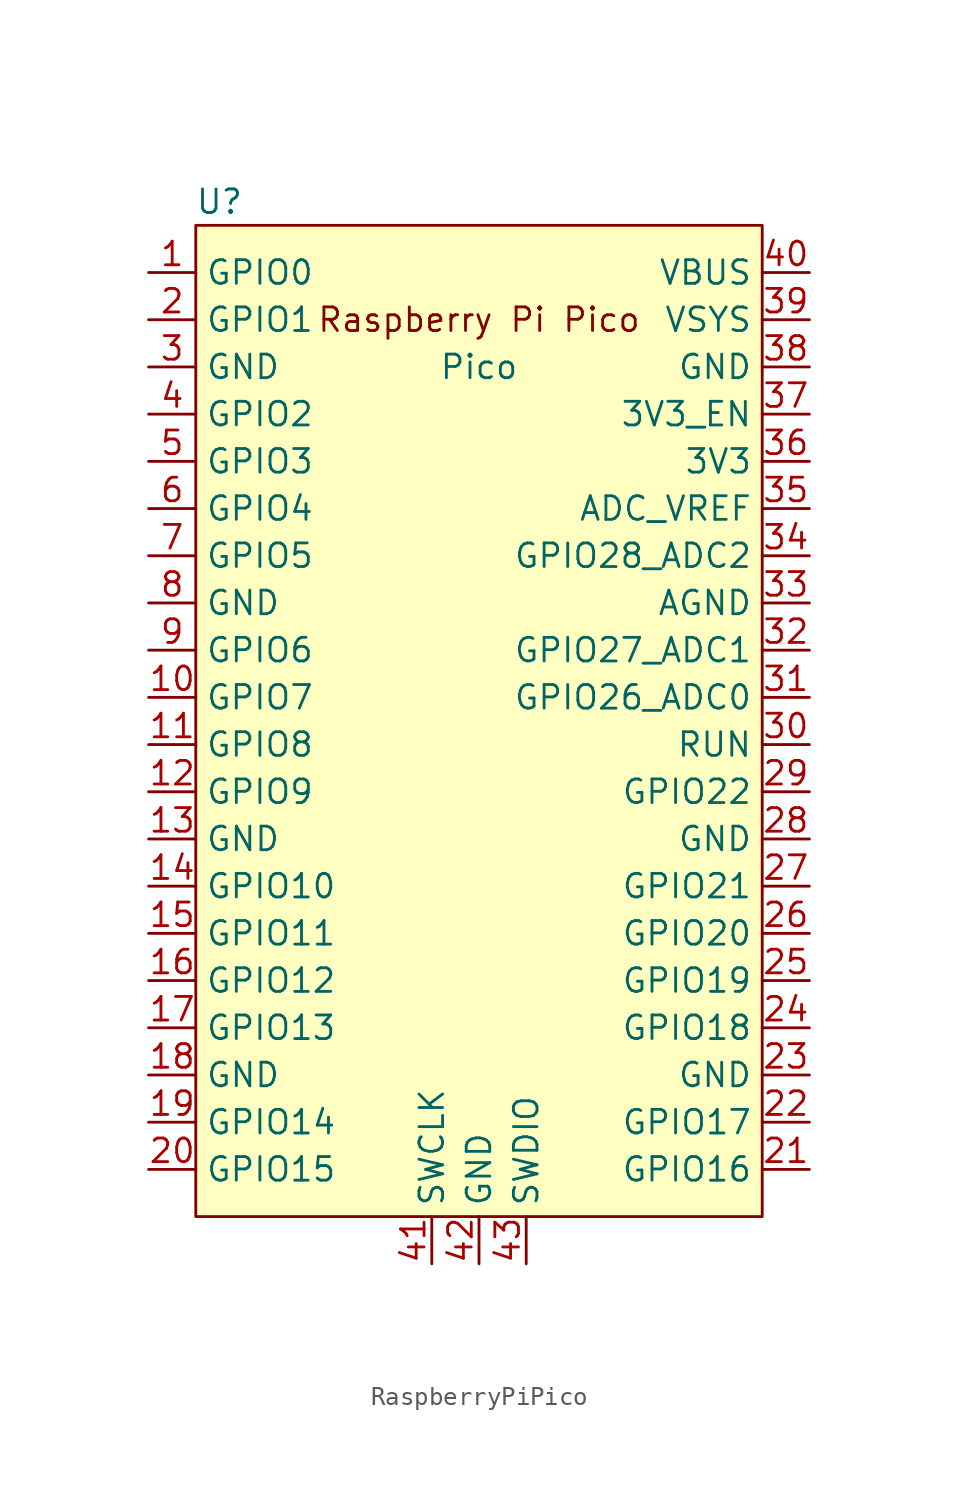
<source format=kicad_sym>
(kicad_symbol_lib
  (version 20220914)
  (generator kicad_symbol_editor)
  (symbol "RaspberryPiPico"
    (property "Reference" "U"
      (at -13.97 27.94 0)
      (effects (font (size 1.27 1.27))))
    (property "Value" "Pico"
      (at 0 19.05 0)
      (effects (font (size 1.27 1.27))))
    (symbol "RaspberryPiPico_0_0"
      (text "Raspberry Pi Pico" (at 0 21.59 0) (effects (font (size 1.27 1.27)))))
    (symbol "RaspberryPiPico_0_1"
      (rectangle (start -15.24 26.67) (end 15.24 -26.67) (stroke (width 0) (type default)) (fill (type background))))
    (symbol "RaspberryPiPico_1_1"
      (pin bidirectional line (at -17.78 24.13 0) (length 2.54) (name "GPIO0" (effects (font (size 1.27 1.27)))) (number "1" (effects (font (size 1.27 1.27)))))
      (pin bidirectional line (at -17.78 1.27 0) (length 2.54) (name "GPIO7" (effects (font (size 1.27 1.27)))) (number "10" (effects (font (size 1.27 1.27)))))
      (pin bidirectional line (at -17.78 -1.27 0) (length 2.54) (name "GPIO8" (effects (font (size 1.27 1.27)))) (number "11" (effects (font (size 1.27 1.27)))))
      (pin bidirectional line (at -17.78 -3.81 0) (length 2.54) (name "GPIO9" (effects (font (size 1.27 1.27)))) (number "12" (effects (font (size 1.27 1.27)))))
      (pin power_in line (at -17.78 -6.35 0) (length 2.54) (name "GND" (effects (font (size 1.27 1.27)))) (number "13" (effects (font (size 1.27 1.27)))))
      (pin bidirectional line (at -17.78 -8.89 0) (length 2.54) (name "GPIO10" (effects (font (size 1.27 1.27)))) (number "14" (effects (font (size 1.27 1.27)))))
      (pin bidirectional line (at -17.78 -11.43 0) (length 2.54) (name "GPIO11" (effects (font (size 1.27 1.27)))) (number "15" (effects (font (size 1.27 1.27)))))
      (pin bidirectional line (at -17.78 -13.97 0) (length 2.54) (name "GPIO12" (effects (font (size 1.27 1.27)))) (number "16" (effects (font (size 1.27 1.27)))))
      (pin bidirectional line (at -17.78 -16.51 0) (length 2.54) (name "GPIO13" (effects (font (size 1.27 1.27)))) (number "17" (effects (font (size 1.27 1.27)))))
      (pin power_in line (at -17.78 -19.05 0) (length 2.54) (name "GND" (effects (font (size 1.27 1.27)))) (number "18" (effects (font (size 1.27 1.27)))))
      (pin bidirectional line (at -17.78 -21.59 0) (length 2.54) (name "GPIO14" (effects (font (size 1.27 1.27)))) (number "19" (effects (font (size 1.27 1.27)))))
      (pin bidirectional line (at -17.78 21.59 0) (length 2.54) (name "GPIO1" (effects (font (size 1.27 1.27)))) (number "2" (effects (font (size 1.27 1.27)))))
      (pin bidirectional line (at -17.78 -24.13 0) (length 2.54) (name "GPIO15" (effects (font (size 1.27 1.27)))) (number "20" (effects (font (size 1.27 1.27)))))
      (pin bidirectional line (at 17.78 -24.13 180) (length 2.54) (name "GPIO16" (effects (font (size 1.27 1.27)))) (number "21" (effects (font (size 1.27 1.27)))))
      (pin bidirectional line (at 17.78 -21.59 180) (length 2.54) (name "GPIO17" (effects (font (size 1.27 1.27)))) (number "22" (effects (font (size 1.27 1.27)))))
      (pin power_in line (at 17.78 -19.05 180) (length 2.54) (name "GND" (effects (font (size 1.27 1.27)))) (number "23" (effects (font (size 1.27 1.27)))))
      (pin bidirectional line (at 17.78 -16.51 180) (length 2.54) (name "GPIO18" (effects (font (size 1.27 1.27)))) (number "24" (effects (font (size 1.27 1.27)))))
      (pin bidirectional line (at 17.78 -13.97 180) (length 2.54) (name "GPIO19" (effects (font (size 1.27 1.27)))) (number "25" (effects (font (size 1.27 1.27)))))
      (pin bidirectional line (at 17.78 -11.43 180) (length 2.54) (name "GPIO20" (effects (font (size 1.27 1.27)))) (number "26" (effects (font (size 1.27 1.27)))))
      (pin bidirectional line (at 17.78 -8.89 180) (length 2.54) (name "GPIO21" (effects (font (size 1.27 1.27)))) (number "27" (effects (font (size 1.27 1.27)))))
      (pin power_in line (at 17.78 -6.35 180) (length 2.54) (name "GND" (effects (font (size 1.27 1.27)))) (number "28" (effects (font (size 1.27 1.27)))))
      (pin bidirectional line (at 17.78 -3.81 180) (length 2.54) (name "GPIO22" (effects (font (size 1.27 1.27)))) (number "29" (effects (font (size 1.27 1.27)))))
      (pin power_in line (at -17.78 19.05 0) (length 2.54) (name "GND" (effects (font (size 1.27 1.27)))) (number "3" (effects (font (size 1.27 1.27)))))
      (pin input line (at 17.78 -1.27 180) (length 2.54) (name "RUN" (effects (font (size 1.27 1.27)))) (number "30" (effects (font (size 1.27 1.27)))))
      (pin bidirectional line (at 17.78 1.27 180) (length 2.54) (name "GPIO26_ADC0" (effects (font (size 1.27 1.27)))) (number "31" (effects (font (size 1.27 1.27)))))
      (pin bidirectional line (at 17.78 3.81 180) (length 2.54) (name "GPIO27_ADC1" (effects (font (size 1.27 1.27)))) (number "32" (effects (font (size 1.27 1.27)))))
      (pin power_in line (at 17.78 6.35 180) (length 2.54) (name "AGND" (effects (font (size 1.27 1.27)))) (number "33" (effects (font (size 1.27 1.27)))))
      (pin bidirectional line (at 17.78 8.89 180) (length 2.54) (name "GPIO28_ADC2" (effects (font (size 1.27 1.27)))) (number "34" (effects (font (size 1.27 1.27)))))
      (pin power_in line (at 17.78 11.43 180) (length 2.54) (name "ADC_VREF" (effects (font (size 1.27 1.27)))) (number "35" (effects (font (size 1.27 1.27)))))
      (pin power_in line (at 17.78 13.97 180) (length 2.54) (name "3V3" (effects (font (size 1.27 1.27)))) (number "36" (effects (font (size 1.27 1.27)))))
      (pin input line (at 17.78 16.51 180) (length 2.54) (name "3V3_EN" (effects (font (size 1.27 1.27)))) (number "37" (effects (font (size 1.27 1.27)))))
      (pin bidirectional line (at 17.78 19.05 180) (length 2.54) (name "GND" (effects (font (size 1.27 1.27)))) (number "38" (effects (font (size 1.27 1.27)))))
      (pin power_in line (at 17.78 21.59 180) (length 2.54) (name "VSYS" (effects (font (size 1.27 1.27)))) (number "39" (effects (font (size 1.27 1.27)))))
      (pin bidirectional line (at -17.78 16.51 0) (length 2.54) (name "GPIO2" (effects (font (size 1.27 1.27)))) (number "4" (effects (font (size 1.27 1.27)))))
      (pin power_in line (at 17.78 24.13 180) (length 2.54) (name "VBUS" (effects (font (size 1.27 1.27)))) (number "40" (effects (font (size 1.27 1.27)))))
      (pin input line (at -2.54 -29.21 90) (length 2.54) (name "SWCLK" (effects (font (size 1.27 1.27)))) (number "41" (effects (font (size 1.27 1.27)))))
      (pin power_in line (at 0 -29.21 90) (length 2.54) (name "GND" (effects (font (size 1.27 1.27)))) (number "42" (effects (font (size 1.27 1.27)))))
      (pin bidirectional line (at 2.54 -29.21 90) (length 2.54) (name "SWDIO" (effects (font (size 1.27 1.27)))) (number "43" (effects (font (size 1.27 1.27)))))
      (pin bidirectional line (at -17.78 13.97 0) (length 2.54) (name "GPIO3" (effects (font (size 1.27 1.27)))) (number "5" (effects (font (size 1.27 1.27)))))
      (pin bidirectional line (at -17.78 11.43 0) (length 2.54) (name "GPIO4" (effects (font (size 1.27 1.27)))) (number "6" (effects (font (size 1.27 1.27)))))
      (pin bidirectional line (at -17.78 8.89 0) (length 2.54) (name "GPIO5" (effects (font (size 1.27 1.27)))) (number "7" (effects (font (size 1.27 1.27)))))
      (pin power_in line (at -17.78 6.35 0) (length 2.54) (name "GND" (effects (font (size 1.27 1.27)))) (number "8" (effects (font (size 1.27 1.27)))))
      (pin bidirectional line (at -17.78 3.81 0) (length 2.54) (name "GPIO6" (effects (font (size 1.27 1.27)))) (number "9" (effects (font (size 1.27 1.27))))))))
</source>
